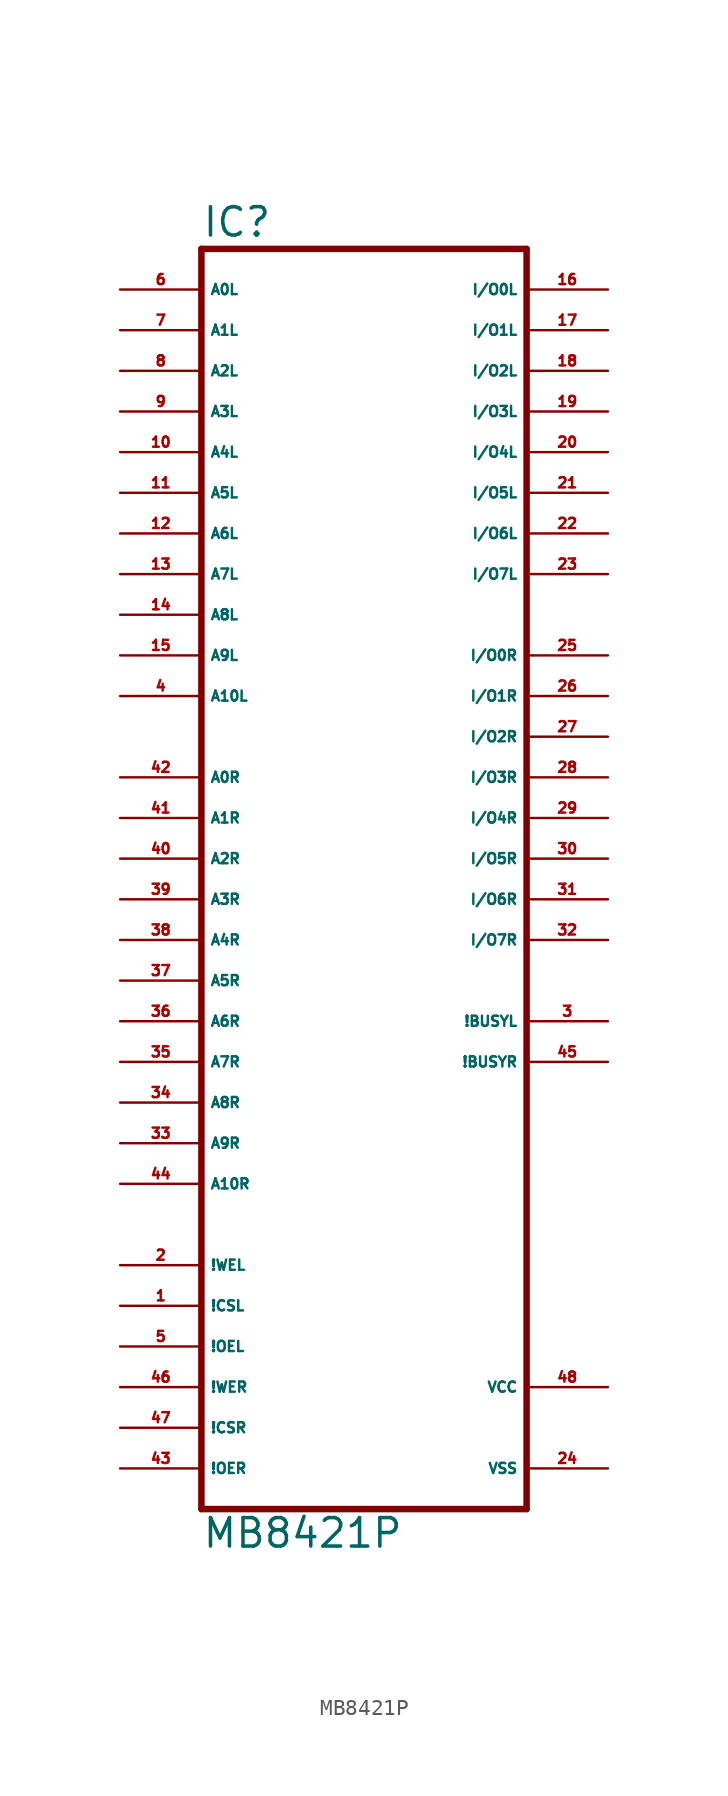
<source format=kicad_sym>
(kicad_symbol_lib
  (version 20220914)
  (generator Eagle2Kicad)
  (symbol "MB8421P"
    (property "Reference" "IC"
      (at -10.16 41.275 0)
      (effects (font (size 1.778 1.778) (thickness 0.22)) (justify left bottom)))
    (property "Value" "MB8421P"
      (at -10.16 -40.64 0)
      (effects (font (size 1.778 1.778) (thickness 0.22)) (justify left bottom)))
    (polyline
      (pts (xy -10.16 -38.1) (xy 10.16 -38.1))
      (stroke (width 0.406) (type default))
      (fill (type none)))
    (polyline
      (pts (xy 10.16 -38.1) (xy 10.16 40.64))
      (stroke (width 0.406) (type default))
      (fill (type none)))
    (polyline
      (pts (xy 10.16 40.64) (xy -10.16 40.64))
      (stroke (width 0.406) (type default))
      (fill (type none)))
    (polyline
      (pts (xy -10.16 40.64) (xy -10.16 -38.1))
      (stroke (width 0.406) (type default))
      (fill (type none)))
    (pin input line
      (at -15.24 38.1 0)
      (length 5.08)
      (name "A0L" (effects (font (size 0.635 0.635) (thickness 0.08)) (justify left bottom)))
      (number "6" (effects (font (size 0.635 0.635) (thickness 0.08)) (justify left bottom))))
    (pin input line
      (at -15.24 35.56 0)
      (length 5.08)
      (name "A1L" (effects (font (size 0.635 0.635) (thickness 0.08)) (justify left bottom)))
      (number "7" (effects (font (size 0.635 0.635) (thickness 0.08)) (justify left bottom))))
    (pin input line
      (at -15.24 33.02 0)
      (length 5.08)
      (name "A2L" (effects (font (size 0.635 0.635) (thickness 0.08)) (justify left bottom)))
      (number "8" (effects (font (size 0.635 0.635) (thickness 0.08)) (justify left bottom))))
    (pin input line
      (at -15.24 30.48 0)
      (length 5.08)
      (name "A3L" (effects (font (size 0.635 0.635) (thickness 0.08)) (justify left bottom)))
      (number "9" (effects (font (size 0.635 0.635) (thickness 0.08)) (justify left bottom))))
    (pin input line
      (at -15.24 27.94 0)
      (length 5.08)
      (name "A4L" (effects (font (size 0.635 0.635) (thickness 0.08)) (justify left bottom)))
      (number "10" (effects (font (size 0.635 0.635) (thickness 0.08)) (justify left bottom))))
    (pin input line
      (at -15.24 25.4 0)
      (length 5.08)
      (name "A5L" (effects (font (size 0.635 0.635) (thickness 0.08)) (justify left bottom)))
      (number "11" (effects (font (size 0.635 0.635) (thickness 0.08)) (justify left bottom))))
    (pin input line
      (at -15.24 22.86 0)
      (length 5.08)
      (name "A6L" (effects (font (size 0.635 0.635) (thickness 0.08)) (justify left bottom)))
      (number "12" (effects (font (size 0.635 0.635) (thickness 0.08)) (justify left bottom))))
    (pin input line
      (at -15.24 20.32 0)
      (length 5.08)
      (name "A7L" (effects (font (size 0.635 0.635) (thickness 0.08)) (justify left bottom)))
      (number "13" (effects (font (size 0.635 0.635) (thickness 0.08)) (justify left bottom))))
    (pin input line
      (at -15.24 17.78 0)
      (length 5.08)
      (name "A8L" (effects (font (size 0.635 0.635) (thickness 0.08)) (justify left bottom)))
      (number "14" (effects (font (size 0.635 0.635) (thickness 0.08)) (justify left bottom))))
    (pin input line
      (at -15.24 15.24 0)
      (length 5.08)
      (name "A9L" (effects (font (size 0.635 0.635) (thickness 0.08)) (justify left bottom)))
      (number "15" (effects (font (size 0.635 0.635) (thickness 0.08)) (justify left bottom))))
    (pin input line
      (at -15.24 12.7 0)
      (length 5.08)
      (name "A10L" (effects (font (size 0.635 0.635) (thickness 0.08)) (justify left bottom)))
      (number "4" (effects (font (size 0.635 0.635) (thickness 0.08)) (justify left bottom))))
    (pin input line
      (at -15.24 7.62 0)
      (length 5.08)
      (name "A0R" (effects (font (size 0.635 0.635) (thickness 0.08)) (justify left bottom)))
      (number "42" (effects (font (size 0.635 0.635) (thickness 0.08)) (justify left bottom))))
    (pin input line
      (at -15.24 5.08 0)
      (length 5.08)
      (name "A1R" (effects (font (size 0.635 0.635) (thickness 0.08)) (justify left bottom)))
      (number "41" (effects (font (size 0.635 0.635) (thickness 0.08)) (justify left bottom))))
    (pin input line
      (at -15.24 2.54 0)
      (length 5.08)
      (name "A2R" (effects (font (size 0.635 0.635) (thickness 0.08)) (justify left bottom)))
      (number "40" (effects (font (size 0.635 0.635) (thickness 0.08)) (justify left bottom))))
    (pin input line
      (at -15.24 0 0)
      (length 5.08)
      (name "A3R" (effects (font (size 0.635 0.635) (thickness 0.08)) (justify left bottom)))
      (number "39" (effects (font (size 0.635 0.635) (thickness 0.08)) (justify left bottom))))
    (pin input line
      (at -15.24 -2.54 0)
      (length 5.08)
      (name "A4R" (effects (font (size 0.635 0.635) (thickness 0.08)) (justify left bottom)))
      (number "38" (effects (font (size 0.635 0.635) (thickness 0.08)) (justify left bottom))))
    (pin input line
      (at -15.24 -5.08 0)
      (length 5.08)
      (name "A5R" (effects (font (size 0.635 0.635) (thickness 0.08)) (justify left bottom)))
      (number "37" (effects (font (size 0.635 0.635) (thickness 0.08)) (justify left bottom))))
    (pin input line
      (at -15.24 -7.62 0)
      (length 5.08)
      (name "A6R" (effects (font (size 0.635 0.635) (thickness 0.08)) (justify left bottom)))
      (number "36" (effects (font (size 0.635 0.635) (thickness 0.08)) (justify left bottom))))
    (pin input line
      (at -15.24 -10.16 0)
      (length 5.08)
      (name "A7R" (effects (font (size 0.635 0.635) (thickness 0.08)) (justify left bottom)))
      (number "35" (effects (font (size 0.635 0.635) (thickness 0.08)) (justify left bottom))))
    (pin input line
      (at -15.24 -12.7 0)
      (length 5.08)
      (name "A8R" (effects (font (size 0.635 0.635) (thickness 0.08)) (justify left bottom)))
      (number "34" (effects (font (size 0.635 0.635) (thickness 0.08)) (justify left bottom))))
    (pin input line
      (at -15.24 -15.24 0)
      (length 5.08)
      (name "A9R" (effects (font (size 0.635 0.635) (thickness 0.08)) (justify left bottom)))
      (number "33" (effects (font (size 0.635 0.635) (thickness 0.08)) (justify left bottom))))
    (pin input line
      (at -15.24 -17.78 0)
      (length 5.08)
      (name "A10R" (effects (font (size 0.635 0.635) (thickness 0.08)) (justify left bottom)))
      (number "44" (effects (font (size 0.635 0.635) (thickness 0.08)) (justify left bottom))))
    (pin input line
      (at -15.24 -22.86 0)
      (length 5.08)
      (name "!WEL" (effects (font (size 0.635 0.635) (thickness 0.08)) (justify left bottom)))
      (number "2" (effects (font (size 0.635 0.635) (thickness 0.08)) (justify left bottom))))
    (pin input line
      (at -15.24 -25.4 0)
      (length 5.08)
      (name "!CSL" (effects (font (size 0.635 0.635) (thickness 0.08)) (justify left bottom)))
      (number "1" (effects (font (size 0.635 0.635) (thickness 0.08)) (justify left bottom))))
    (pin input line
      (at -15.24 -27.94 0)
      (length 5.08)
      (name "!OEL" (effects (font (size 0.635 0.635) (thickness 0.08)) (justify left bottom)))
      (number "5" (effects (font (size 0.635 0.635) (thickness 0.08)) (justify left bottom))))
    (pin input line
      (at -15.24 -30.48 0)
      (length 5.08)
      (name "!WER" (effects (font (size 0.635 0.635) (thickness 0.08)) (justify left bottom)))
      (number "46" (effects (font (size 0.635 0.635) (thickness 0.08)) (justify left bottom))))
    (pin input line
      (at -15.24 -33.02 0)
      (length 5.08)
      (name "!CSR" (effects (font (size 0.635 0.635) (thickness 0.08)) (justify left bottom)))
      (number "47" (effects (font (size 0.635 0.635) (thickness 0.08)) (justify left bottom))))
    (pin input line
      (at -15.24 -35.56 0)
      (length 5.08)
      (name "!OER" (effects (font (size 0.635 0.635) (thickness 0.08)) (justify left bottom)))
      (number "43" (effects (font (size 0.635 0.635) (thickness 0.08)) (justify left bottom))))
    (pin bidirectional line
      (at 15.24 38.1 180)
      (length 5.08)
      (name "I/O0L" (effects (font (size 0.635 0.635) (thickness 0.08)) (justify left bottom)))
      (number "16" (effects (font (size 0.635 0.635) (thickness 0.08)) (justify left bottom))))
    (pin bidirectional line
      (at 15.24 35.56 180)
      (length 5.08)
      (name "I/O1L" (effects (font (size 0.635 0.635) (thickness 0.08)) (justify left bottom)))
      (number "17" (effects (font (size 0.635 0.635) (thickness 0.08)) (justify left bottom))))
    (pin bidirectional line
      (at 15.24 33.02 180)
      (length 5.08)
      (name "I/O2L" (effects (font (size 0.635 0.635) (thickness 0.08)) (justify left bottom)))
      (number "18" (effects (font (size 0.635 0.635) (thickness 0.08)) (justify left bottom))))
    (pin bidirectional line
      (at 15.24 30.48 180)
      (length 5.08)
      (name "I/O3L" (effects (font (size 0.635 0.635) (thickness 0.08)) (justify left bottom)))
      (number "19" (effects (font (size 0.635 0.635) (thickness 0.08)) (justify left bottom))))
    (pin bidirectional line
      (at 15.24 27.94 180)
      (length 5.08)
      (name "I/O4L" (effects (font (size 0.635 0.635) (thickness 0.08)) (justify left bottom)))
      (number "20" (effects (font (size 0.635 0.635) (thickness 0.08)) (justify left bottom))))
    (pin bidirectional line
      (at 15.24 25.4 180)
      (length 5.08)
      (name "I/O5L" (effects (font (size 0.635 0.635) (thickness 0.08)) (justify left bottom)))
      (number "21" (effects (font (size 0.635 0.635) (thickness 0.08)) (justify left bottom))))
    (pin bidirectional line
      (at 15.24 22.86 180)
      (length 5.08)
      (name "I/O6L" (effects (font (size 0.635 0.635) (thickness 0.08)) (justify left bottom)))
      (number "22" (effects (font (size 0.635 0.635) (thickness 0.08)) (justify left bottom))))
    (pin bidirectional line
      (at 15.24 20.32 180)
      (length 5.08)
      (name "I/O7L" (effects (font (size 0.635 0.635) (thickness 0.08)) (justify left bottom)))
      (number "23" (effects (font (size 0.635 0.635) (thickness 0.08)) (justify left bottom))))
    (pin bidirectional line
      (at 15.24 15.24 180)
      (length 5.08)
      (name "I/O0R" (effects (font (size 0.635 0.635) (thickness 0.08)) (justify left bottom)))
      (number "25" (effects (font (size 0.635 0.635) (thickness 0.08)) (justify left bottom))))
    (pin bidirectional line
      (at 15.24 12.7 180)
      (length 5.08)
      (name "I/O1R" (effects (font (size 0.635 0.635) (thickness 0.08)) (justify left bottom)))
      (number "26" (effects (font (size 0.635 0.635) (thickness 0.08)) (justify left bottom))))
    (pin bidirectional line
      (at 15.24 10.16 180)
      (length 5.08)
      (name "I/O2R" (effects (font (size 0.635 0.635) (thickness 0.08)) (justify left bottom)))
      (number "27" (effects (font (size 0.635 0.635) (thickness 0.08)) (justify left bottom))))
    (pin bidirectional line
      (at 15.24 7.62 180)
      (length 5.08)
      (name "I/O3R" (effects (font (size 0.635 0.635) (thickness 0.08)) (justify left bottom)))
      (number "28" (effects (font (size 0.635 0.635) (thickness 0.08)) (justify left bottom))))
    (pin bidirectional line
      (at 15.24 5.08 180)
      (length 5.08)
      (name "I/O4R" (effects (font (size 0.635 0.635) (thickness 0.08)) (justify left bottom)))
      (number "29" (effects (font (size 0.635 0.635) (thickness 0.08)) (justify left bottom))))
    (pin bidirectional line
      (at 15.24 2.54 180)
      (length 5.08)
      (name "I/O5R" (effects (font (size 0.635 0.635) (thickness 0.08)) (justify left bottom)))
      (number "30" (effects (font (size 0.635 0.635) (thickness 0.08)) (justify left bottom))))
    (pin bidirectional line
      (at 15.24 0 180)
      (length 5.08)
      (name "I/O6R" (effects (font (size 0.635 0.635) (thickness 0.08)) (justify left bottom)))
      (number "31" (effects (font (size 0.635 0.635) (thickness 0.08)) (justify left bottom))))
    (pin bidirectional line
      (at 15.24 -2.54 180)
      (length 5.08)
      (name "I/O7R" (effects (font (size 0.635 0.635) (thickness 0.08)) (justify left bottom)))
      (number "32" (effects (font (size 0.635 0.635) (thickness 0.08)) (justify left bottom))))
    (pin output line
      (at 15.24 -7.62 180)
      (length 5.08)
      (name "!BUSYL" (effects (font (size 0.635 0.635) (thickness 0.08)) (justify left bottom)))
      (number "3" (effects (font (size 0.635 0.635) (thickness 0.08)) (justify left bottom))))
    (pin output line
      (at 15.24 -10.16 180)
      (length 5.08)
      (name "!BUSYR" (effects (font (size 0.635 0.635) (thickness 0.08)) (justify left bottom)))
      (number "45" (effects (font (size 0.635 0.635) (thickness 0.08)) (justify left bottom))))
    (pin unspecified line
      (at 15.24 -35.56 180)
      (length 5.08)
      (name "VSS" (effects (font (size 0.635 0.635) (thickness 0.08)) (justify left bottom)))
      (number "24" (effects (font (size 0.635 0.635) (thickness 0.08)) (justify left bottom))))
    (pin unspecified line
      (at 15.24 -30.48 180)
      (length 5.08)
      (name "VCC" (effects (font (size 0.635 0.635) (thickness 0.08)) (justify left bottom)))
      (number "48" (effects (font (size 0.635 0.635) (thickness 0.08)) (justify left bottom))))))
</source>
